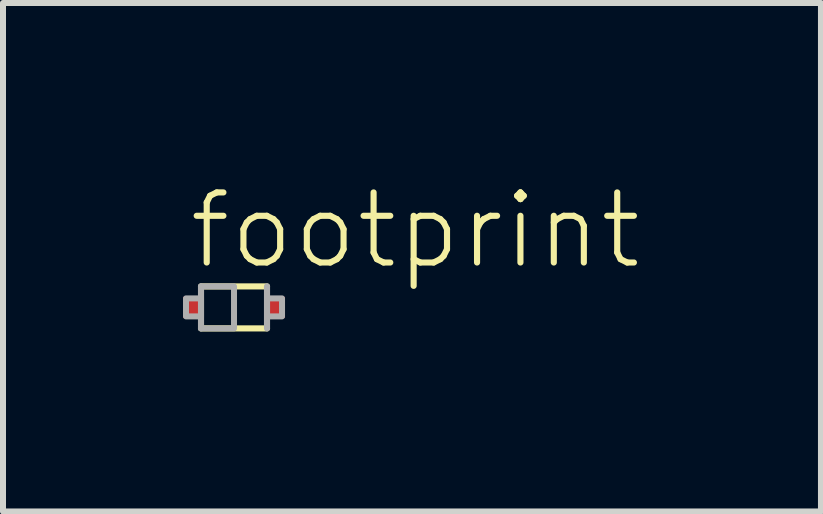
<source format=kicad_pcb>
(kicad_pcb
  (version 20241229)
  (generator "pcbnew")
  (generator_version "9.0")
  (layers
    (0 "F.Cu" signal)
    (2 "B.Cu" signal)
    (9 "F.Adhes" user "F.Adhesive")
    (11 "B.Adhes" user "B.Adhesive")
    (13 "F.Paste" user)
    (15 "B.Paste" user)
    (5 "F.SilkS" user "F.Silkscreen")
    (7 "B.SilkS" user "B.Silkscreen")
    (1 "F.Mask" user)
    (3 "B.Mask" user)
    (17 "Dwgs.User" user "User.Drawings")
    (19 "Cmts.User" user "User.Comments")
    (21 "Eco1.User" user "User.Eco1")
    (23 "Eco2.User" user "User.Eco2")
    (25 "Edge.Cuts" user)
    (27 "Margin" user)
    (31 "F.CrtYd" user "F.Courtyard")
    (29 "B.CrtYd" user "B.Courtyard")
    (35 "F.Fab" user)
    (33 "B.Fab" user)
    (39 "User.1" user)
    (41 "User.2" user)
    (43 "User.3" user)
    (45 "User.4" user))
  (footprint "footprint"
    (layer "F.Cu")
    (at 0.85 2.073)
    (property "Reference" "footprint" (at -0.8 -0.6 0) (layer "F.SilkS") (effects (font (size 1.168 1.168) (thickness 0.102)) (justify left bottom)))
    (fp_line (start -0.55 -0.35) (end 0.55 -0.35) (stroke (width 0.102) (type solid)) (layer "F.SilkS"))
    (fp_line (start 0.55 0.35) (end -0.55 0.35) (stroke (width 0.102) (type solid)) (layer "F.SilkS"))
    (fp_line (start -0.55 0.35) (end -0.55 -0.35) (stroke (width 0.102) (type solid)) (layer "F.Fab"))
    (fp_line (start 0.55 -0.35) (end 0.55 0.35) (stroke (width 0.102) (type solid)) (layer "F.Fab"))
    (fp_poly (pts (xy -0.8 0.15) (xy -0.55 0.15) (xy -0.55 -0.15) (xy -0.8 -0.15)) (stroke (width 0.1) (type solid)) (fill no) (layer "F.Fab"))
    (fp_poly (pts (xy -0.55 0.35) (xy 0 0.35) (xy 0 -0.35) (xy -0.55 -0.35)) (stroke (width 0.1) (type solid)) (fill no) (layer "F.Fab"))
    (fp_poly (pts (xy 0.55 0.15) (xy 0.8 0.15) (xy 0.8 -0.15) (xy 0.55 -0.15)) (stroke (width 0.1) (type solid)) (fill no) (layer "F.Fab"))
    (pad "A" smd rect (at 0.675 0) (size 0.35 0.35) (layers "F.Cu" "F.Mask" "F.Paste"))
    (pad "C" smd rect (at -0.675 0) (size 0.35 0.35) (layers "F.Cu" "F.Mask" "F.Paste")))
  (gr_rect
    (start -3 -3)
    (end 10.632 5.474)
    (stroke (width 0.1) (type default))
    (fill no)
    (layer "Edge.Cuts")))
</source>
